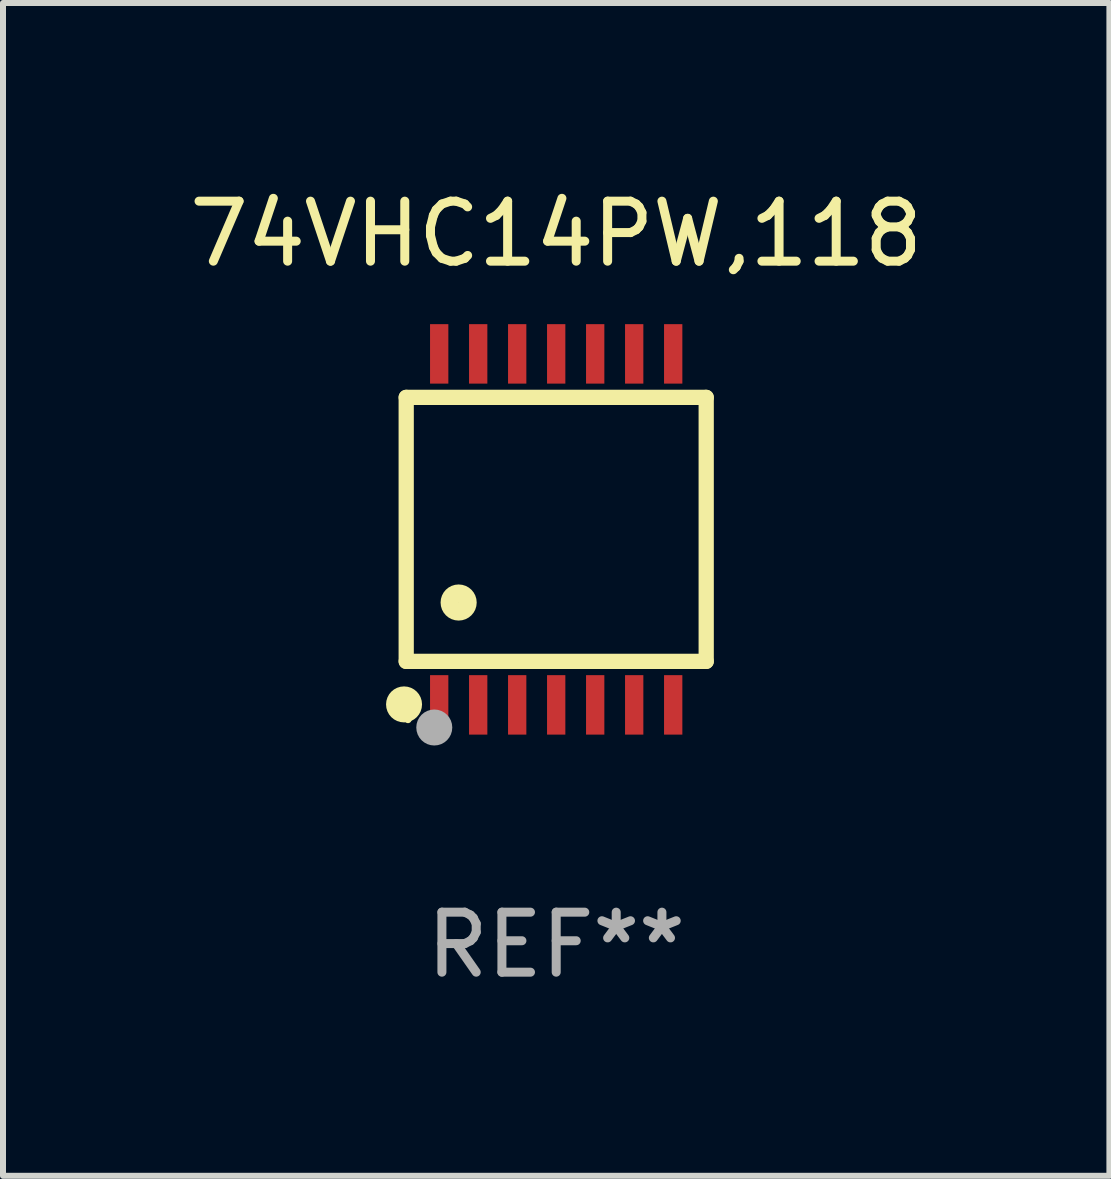
<source format=kicad_pcb>
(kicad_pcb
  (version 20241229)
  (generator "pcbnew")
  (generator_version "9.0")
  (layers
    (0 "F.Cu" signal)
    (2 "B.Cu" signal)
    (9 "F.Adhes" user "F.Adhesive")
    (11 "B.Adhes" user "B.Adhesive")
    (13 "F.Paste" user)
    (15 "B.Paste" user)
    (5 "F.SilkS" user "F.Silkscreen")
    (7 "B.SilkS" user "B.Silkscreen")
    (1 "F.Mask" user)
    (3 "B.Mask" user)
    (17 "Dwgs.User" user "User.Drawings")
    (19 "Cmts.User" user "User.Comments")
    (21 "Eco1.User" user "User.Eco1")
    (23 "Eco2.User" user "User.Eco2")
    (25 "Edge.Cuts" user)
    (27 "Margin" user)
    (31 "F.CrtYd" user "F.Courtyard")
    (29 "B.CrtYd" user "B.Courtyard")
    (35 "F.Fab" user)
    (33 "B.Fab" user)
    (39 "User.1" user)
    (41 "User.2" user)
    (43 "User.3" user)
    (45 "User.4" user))
  (footprint "74VHC14PW,118"
    (layer "F.Cu")
    (at 6.22 5.773)
    (property "Reference" "74VHC14PW,118" (at 0 -4.925 0) (layer "F.SilkS") (effects (font (size 1 1) (thickness 0.15))))
    (attr through_hole)
    (fp_line (start -2.5 2.2) (end -2.5 -2.2) (stroke (width 0.254) (type solid)) (layer "F.SilkS"))
    (fp_line (start -2.5 2.2) (end 2.5 2.2) (stroke (width 0.254) (type solid)) (layer "F.SilkS"))
    (fp_line (start 2.5 -2.2) (end -2.5 -2.2) (stroke (width 0.254) (type solid)) (layer "F.SilkS"))
    (fp_line (start 2.5 -2.2) (end 2.5 2.2) (stroke (width 0.254) (type solid)) (layer "F.SilkS"))
    (fp_circle (center -2.536 2.917) (end -2.386 2.917) (stroke (width 0.3) (type solid)) (fill no) (layer "F.SilkS"))
    (fp_circle (center -2.47 3.17) (end -2.44 3.17) (stroke (width 0.06) (type solid)) (fill no) (layer "F.SilkS"))
    (fp_circle (center -1.626 1.219) (end -1.475 1.219) (stroke (width 0.3) (type solid)) (fill no) (layer "F.SilkS"))
    (fp_circle (center -2.032 3.302) (end -1.882 3.302) (stroke (width 0.3) (type solid)) (fill no) (layer "F.Fab"))
    (fp_text user "REF**" (at 0 6.925 0) (layer "F.Fab") (effects (font (size 1 1) (thickness 0.15))))
    (pad "1" smd rect (at -1.95 2.925) (size 0.305 0.991) (layers "F.Cu" "F.Mask" "F.Paste"))
    (pad "2" smd rect (at -1.3 2.925) (size 0.305 0.991) (layers "F.Cu" "F.Mask" "F.Paste"))
    (pad "3" smd rect (at -0.65 2.925) (size 0.305 0.991) (layers "F.Cu" "F.Mask" "F.Paste"))
    (pad "4" smd rect (at 0 2.925) (size 0.305 0.991) (layers "F.Cu" "F.Mask" "F.Paste"))
    (pad "5" smd rect (at 0.65 2.925) (size 0.305 0.991) (layers "F.Cu" "F.Mask" "F.Paste"))
    (pad "6" smd rect (at 1.3 2.925) (size 0.305 0.991) (layers "F.Cu" "F.Mask" "F.Paste"))
    (pad "7" smd rect (at 1.95 2.925) (size 0.305 0.991) (layers "F.Cu" "F.Mask" "F.Paste"))
    (pad "8" smd rect (at 1.95 -2.925) (size 0.305 0.991) (layers "F.Cu" "F.Mask" "F.Paste"))
    (pad "9" smd rect (at 1.3 -2.925) (size 0.305 0.991) (layers "F.Cu" "F.Mask" "F.Paste"))
    (pad "10" smd rect (at 0.65 -2.925) (size 0.305 0.991) (layers "F.Cu" "F.Mask" "F.Paste"))
    (pad "11" smd rect (at 0 -2.925) (size 0.305 0.991) (layers "F.Cu" "F.Mask" "F.Paste"))
    (pad "12" smd rect (at -0.65 -2.925) (size 0.305 0.991) (layers "F.Cu" "F.Mask" "F.Paste"))
    (pad "13" smd rect (at -1.3 -2.925) (size 0.305 0.991) (layers "F.Cu" "F.Mask" "F.Paste"))
    (pad "14" smd rect (at -1.95 -2.925) (size 0.305 0.991) (layers "F.Cu" "F.Mask" "F.Paste")))
  (gr_rect
    (start -3 -3)
    (end 15.44 16.547)
    (stroke (width 0.1) (type default))
    (fill no)
    (layer "Edge.Cuts")))
</source>
